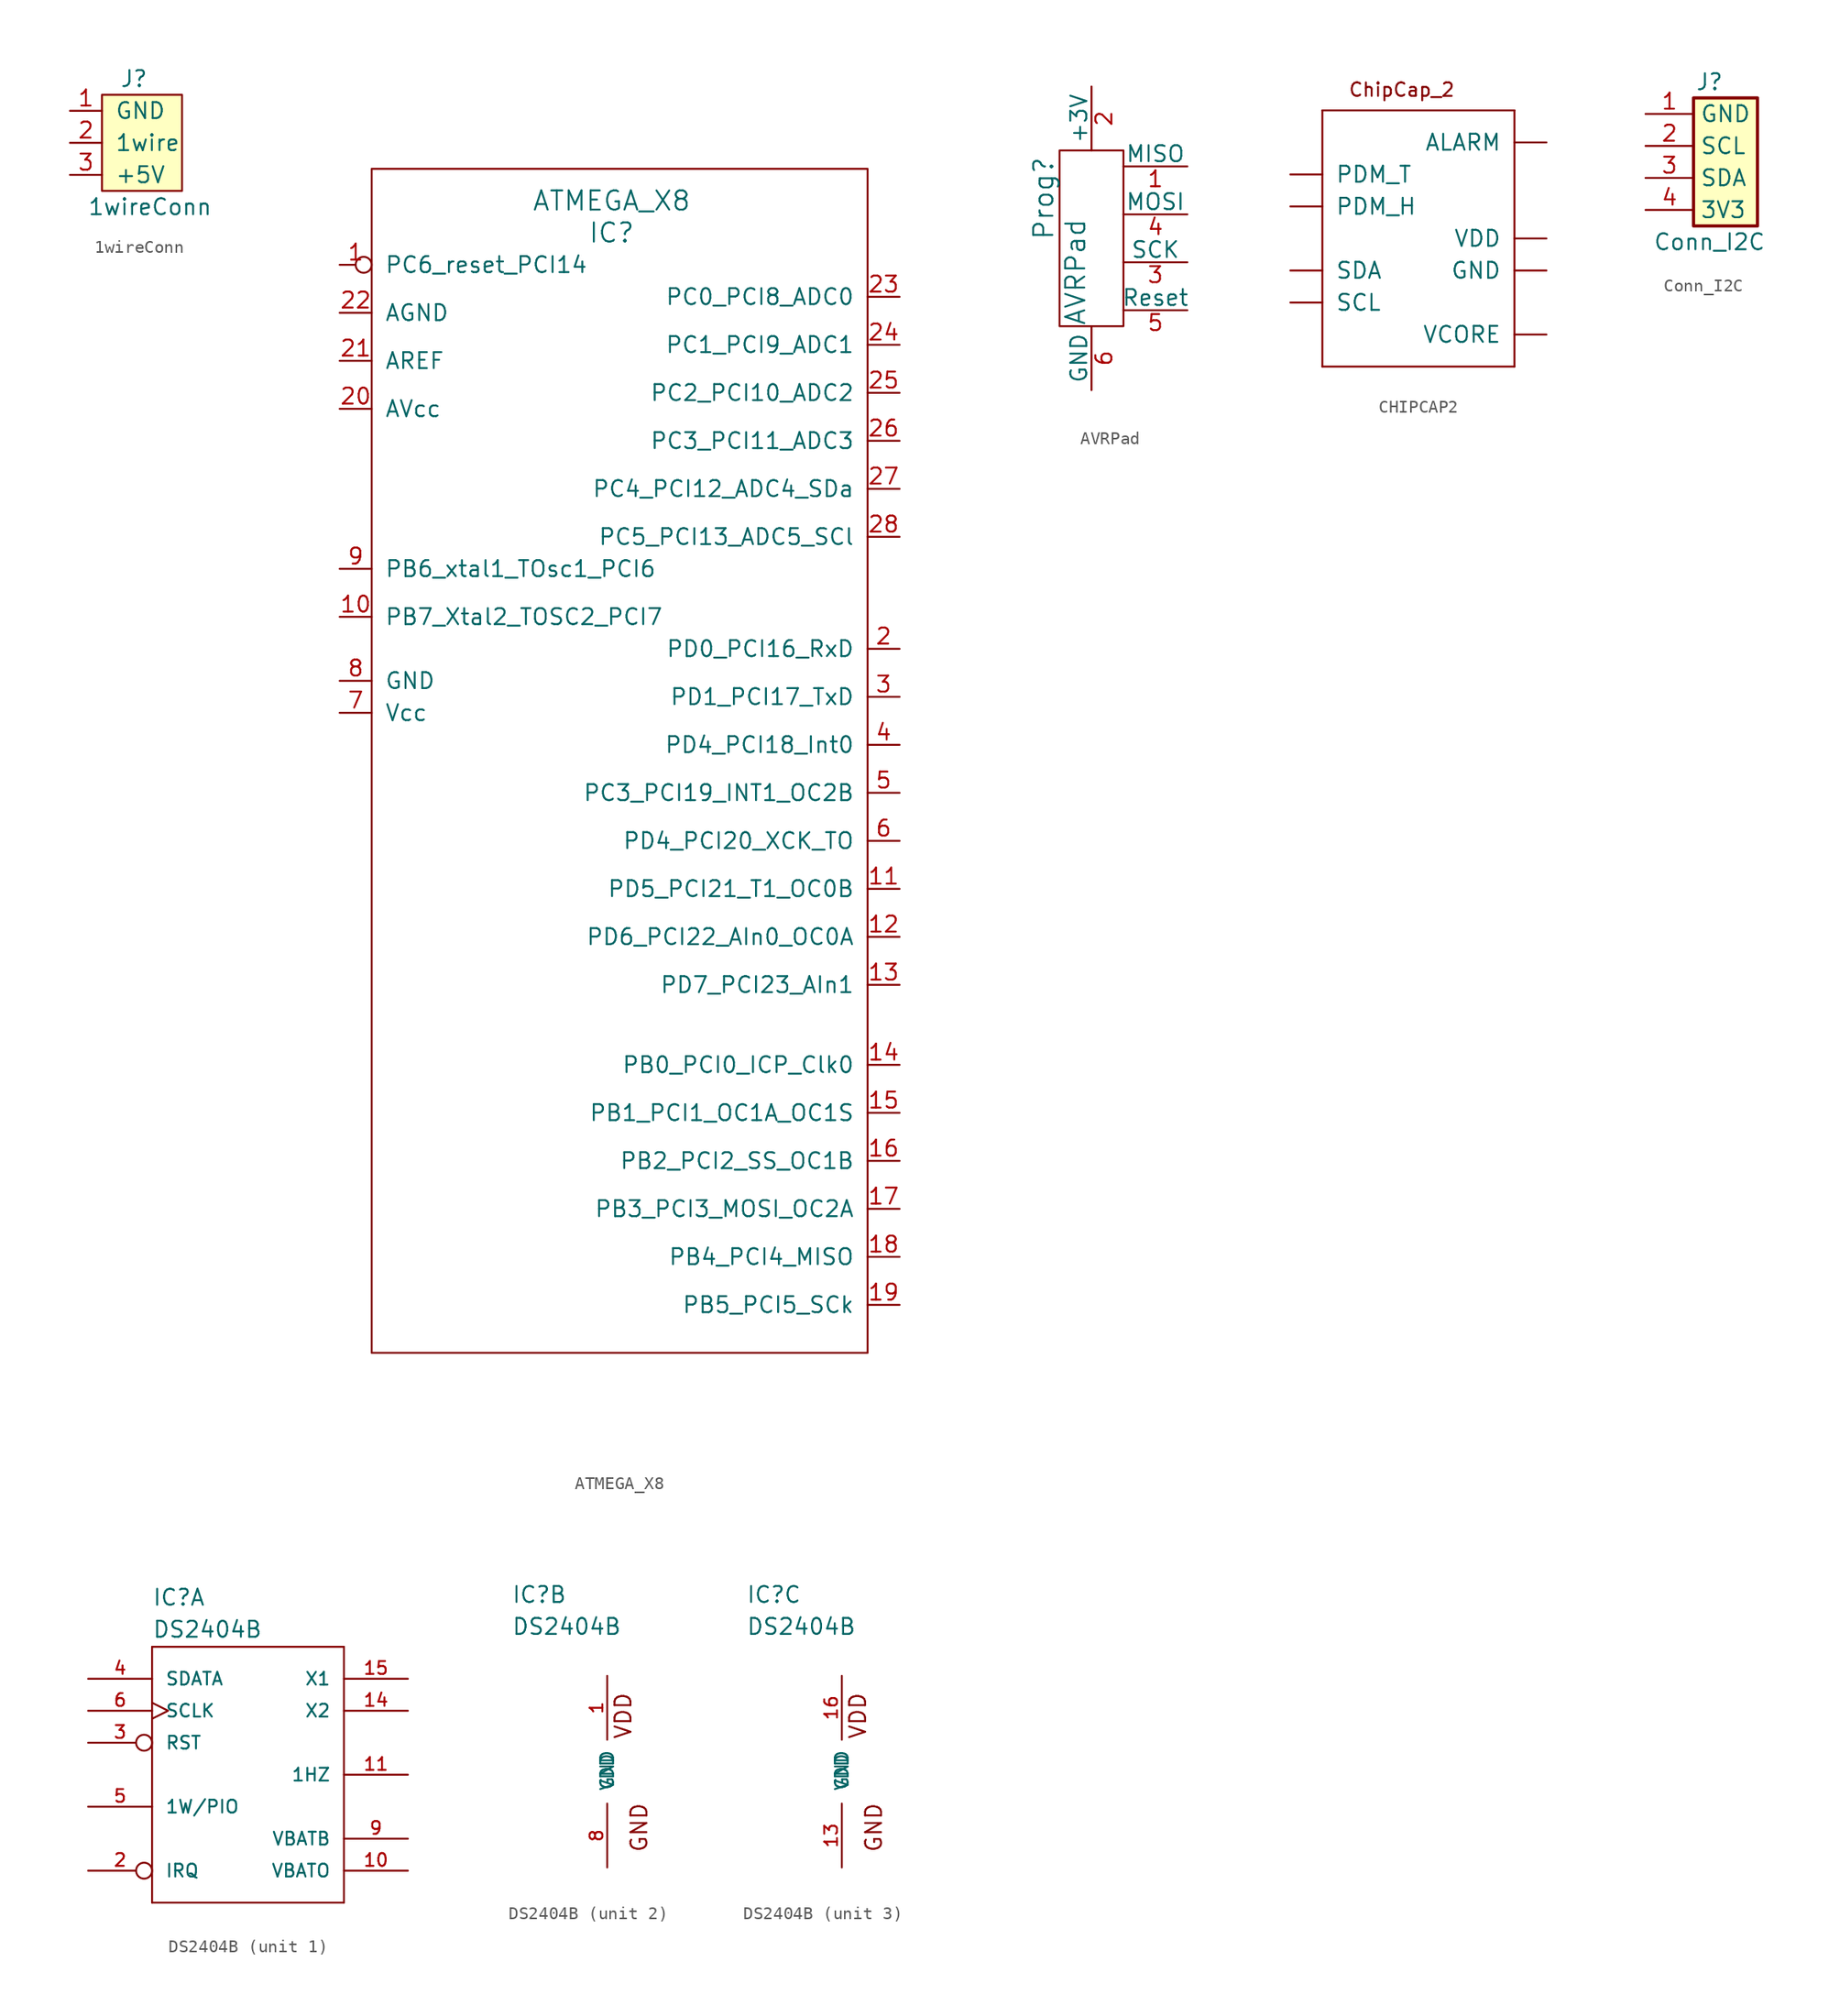
<source format=kicad_sym>
(kicad_symbol_lib
  (version 20220126)
  (generator kicad_symbol_editor)
  (symbol "1wireConn"
    (pin_names
      (offset 1.016))
    (property "Reference" "J"
      (at 5.08 2.54 0)
      (effects (font (size 1.27 1.27))))
    (property "Value" "1wireConn"
      (at 6.35 -7.62 0)
      (effects (font (size 1.27 1.27))))
    (symbol "1wireConn_0_1"
      (rectangle (start 8.89 1.27) (end 2.54 -6.35) (stroke (width 0) (type default)) (fill (type background))))
    (symbol "1wireConn_1_1"
      (pin power_in line (at 0 0 0) (length 2.54) (name "GND" (effects (font (size 1.27 1.27)))) (number "1" (effects (font (size 1.27 1.27)))))
      (pin bidirectional line (at 0 -2.54 0) (length 2.54) (name "1wire" (effects (font (size 1.27 1.27)))) (number "2" (effects (font (size 1.27 1.27)))))
      (pin power_in line (at 0 -5.08 0) (length 2.54) (name "+5V" (effects (font (size 1.27 1.27)))) (number "3" (effects (font (size 1.27 1.27)))))))
  (symbol "ATMEGA_X8"
    (pin_names
      (offset 1.016))
    (property "Reference" "IC"
      (at 0 0 0)
      (effects (font (size 1.524 1.524))))
    (property "Value" "ATMEGA_X8"
      (at 0 2.54 0)
      (effects (font (size 1.524 1.524))))
    (symbol "ATMEGA_X8_0_1"
      (rectangle (start 20.32 -88.9) (end -19.05 5.08) (stroke (width 0) (type default)) (fill (type none))))
    (symbol "ATMEGA_X8_1_1"
      (pin power_in inverted (at -21.59 -2.54 0) (length 2.54) (name "PC6_reset_PCI14" (effects (font (size 1.27 1.27)))) (number "1" (effects (font (size 1.27 1.27)))))
      (pin tri_state line (at -21.59 -30.48 0) (length 2.54) (name "PB7_Xtal2_TOSC2_PCI7" (effects (font (size 1.27 1.27)))) (number "10" (effects (font (size 1.27 1.27)))))
      (pin tri_state line (at 22.86 -52.07 180) (length 2.54) (name "PD5_PCI21_T1_OC0B" (effects (font (size 1.27 1.27)))) (number "11" (effects (font (size 1.27 1.27)))))
      (pin tri_state line (at 22.86 -55.88 180) (length 2.54) (name "PD6_PCI22_AIn0_OC0A" (effects (font (size 1.27 1.27)))) (number "12" (effects (font (size 1.27 1.27)))))
      (pin tri_state line (at 22.86 -59.69 180) (length 2.54) (name "PD7_PCI23_AIn1" (effects (font (size 1.27 1.27)))) (number "13" (effects (font (size 1.27 1.27)))))
      (pin tri_state line (at 22.86 -66.04 180) (length 2.54) (name "PB0_PCI0_ICP_Clk0" (effects (font (size 1.27 1.27)))) (number "14" (effects (font (size 1.27 1.27)))))
      (pin tri_state line (at 22.86 -69.85 180) (length 2.54) (name "PB1_PCI1_OC1A_OC1S" (effects (font (size 1.27 1.27)))) (number "15" (effects (font (size 1.27 1.27)))))
      (pin tri_state line (at 22.86 -73.66 180) (length 2.54) (name "PB2_PCI2_SS_OC1B" (effects (font (size 1.27 1.27)))) (number "16" (effects (font (size 1.27 1.27)))))
      (pin tri_state line (at 22.86 -77.47 180) (length 2.54) (name "PB3_PCI3_MOSI_OC2A" (effects (font (size 1.27 1.27)))) (number "17" (effects (font (size 1.27 1.27)))))
      (pin tri_state line (at 22.86 -81.28 180) (length 2.54) (name "PB4_PCI4_MISO" (effects (font (size 1.27 1.27)))) (number "18" (effects (font (size 1.27 1.27)))))
      (pin tri_state line (at 22.86 -85.09 180) (length 2.54) (name "PB5_PCI5_SCk" (effects (font (size 1.27 1.27)))) (number "19" (effects (font (size 1.27 1.27)))))
      (pin unspecified line (at 22.86 -33.02 180) (length 2.54) (name "PD0_PCI16_RxD" (effects (font (size 1.27 1.27)))) (number "2" (effects (font (size 1.27 1.27)))))
      (pin power_in line (at -21.59 -13.97 0) (length 2.54) (name "AVcc" (effects (font (size 1.27 1.27)))) (number "20" (effects (font (size 1.27 1.27)))))
      (pin unspecified line (at -21.59 -10.16 0) (length 2.54) (name "AREF" (effects (font (size 1.27 1.27)))) (number "21" (effects (font (size 1.27 1.27)))))
      (pin power_in line (at -21.59 -6.35 0) (length 2.54) (name "AGND" (effects (font (size 1.27 1.27)))) (number "22" (effects (font (size 1.27 1.27)))))
      (pin tri_state line (at 22.86 -5.08 180) (length 2.54) (name "PC0_PCI8_ADC0" (effects (font (size 1.27 1.27)))) (number "23" (effects (font (size 1.27 1.27)))))
      (pin tri_state line (at 22.86 -8.89 180) (length 2.54) (name "PC1_PCI9_ADC1" (effects (font (size 1.27 1.27)))) (number "24" (effects (font (size 1.27 1.27)))))
      (pin tri_state line (at 22.86 -12.7 180) (length 2.54) (name "PC2_PCI10_ADC2" (effects (font (size 1.27 1.27)))) (number "25" (effects (font (size 1.27 1.27)))))
      (pin tri_state line (at 22.86 -16.51 180) (length 2.54) (name "PC3_PCI11_ADC3" (effects (font (size 1.27 1.27)))) (number "26" (effects (font (size 1.27 1.27)))))
      (pin tri_state line (at 22.86 -20.32 180) (length 2.54) (name "PC4_PCI12_ADC4_SDa" (effects (font (size 1.27 1.27)))) (number "27" (effects (font (size 1.27 1.27)))))
      (pin tri_state line (at 22.86 -24.13 180) (length 2.54) (name "PC5_PCI13_ADC5_SCl" (effects (font (size 1.27 1.27)))) (number "28" (effects (font (size 1.27 1.27)))))
      (pin tri_state line (at 22.86 -36.83 180) (length 2.54) (name "PD1_PCI17_TxD" (effects (font (size 1.27 1.27)))) (number "3" (effects (font (size 1.27 1.27)))))
      (pin tri_state line (at 22.86 -40.64 180) (length 2.54) (name "PD4_PCI18_Int0" (effects (font (size 1.27 1.27)))) (number "4" (effects (font (size 1.27 1.27)))))
      (pin tri_state line (at 22.86 -44.45 180) (length 2.54) (name "PC3_PCI19_INT1_OC2B" (effects (font (size 1.27 1.27)))) (number "5" (effects (font (size 1.27 1.27)))))
      (pin tri_state line (at 22.86 -48.26 180) (length 2.54) (name "PD4_PCI20_XCK_TO" (effects (font (size 1.27 1.27)))) (number "6" (effects (font (size 1.27 1.27)))))
      (pin power_in line (at -21.59 -38.1 0) (length 2.54) (name "Vcc" (effects (font (size 1.27 1.27)))) (number "7" (effects (font (size 1.27 1.27)))))
      (pin power_in line (at -21.59 -35.56 0) (length 2.54) (name "GND" (effects (font (size 1.27 1.27)))) (number "8" (effects (font (size 1.27 1.27)))))
      (pin tri_state line (at -21.59 -26.67 0) (length 2.54) (name "PB6_xtal1_TOsc1_PCI6" (effects (font (size 1.27 1.27)))) (number "9" (effects (font (size 1.27 1.27)))))))
  (symbol "AVRPad"
    (pin_names
      (offset 0))
    (property "Reference" "Prog"
      (at -3.81 2.54 90)
      (effects (font (size 1.524 1.524))))
    (property "Value" "AVRPad"
      (at -1.27 -7.62 90)
      (effects (font (size 1.524 1.524)) (justify left)))
    (symbol "AVRPad_0_1"
      (rectangle (start -2.54 -7.62) (end 2.54 6.35) (stroke (width 0) (type default)) (fill (type none))))
    (symbol "AVRPad_1_1"
      (pin input line (at 7.62 5.08 180) (length 5.08) (name "MISO" (effects (font (size 1.27 1.27)))) (number "1" (effects (font (size 1.27 1.27)))))
      (pin power_out line (at 0 11.43 270) (length 5.08) (name "+3V" (effects (font (size 1.27 1.27)))) (number "2" (effects (font (size 1.27 1.27)))))
      (pin output line (at 7.62 -2.54 180) (length 5.08) (name "SCK" (effects (font (size 1.27 1.27)))) (number "3" (effects (font (size 1.27 1.27)))))
      (pin output line (at 7.62 1.27 180) (length 5.08) (name "MOSI" (effects (font (size 1.27 1.27)))) (number "4" (effects (font (size 1.27 1.27)))))
      (pin output line (at 7.62 -6.35 180) (length 5.08) (name "Reset" (effects (font (size 1.27 1.27)))) (number "5" (effects (font (size 1.27 1.27)))))
      (pin power_out line (at 0 -12.7 90) (length 5.08) (name "GND" (effects (font (size 1.27 1.27)))) (number "6" (effects (font (size 1.27 1.27)))))))
  (symbol "CHIPCAP2"
    (pin_names
      (offset 1.016))
    (property "Reference" ""
      (at 0 0 0)
      (effects (font (size 1.27 1.27)) hide))
    (property "ki_locked" ""
      (at 0 0 0)
      (effects (font (size 1.27 1.27))))
    (symbol "CHIPCAP2_1_0"
      (polyline (pts (xy -7.62 -10.16) (xy -7.62 10.16)) (stroke (width 0) (type default)) (fill (type none)))
      (polyline (pts (xy -7.62 10.16) (xy 7.62 10.16)) (stroke (width 0) (type default)) (fill (type none)))
      (polyline (pts (xy 7.62 -10.16) (xy -7.62 -10.16)) (stroke (width 0) (type default)) (fill (type none)))
      (polyline (pts (xy 7.62 10.16) (xy 7.62 -10.16)) (stroke (width 0) (type default)) (fill (type none)))
      (text "ChipCap_2" (at -5.588 11.176 0) (effects (font (size 1.067 1.067)) (justify left bottom)))
      (pin unspecified line (at -10.16 5.08 0) (length 2.54) (name "PDM_T" (effects (font (size 1.27 1.27)))) (number "P$1" (effects (font (size 0 0)))))
      (pin unspecified line (at -10.16 2.54 0) (length 2.54) (name "PDM_H" (effects (font (size 1.27 1.27)))) (number "P$2" (effects (font (size 0 0)))))
      (pin unspecified line (at -10.16 -2.54 0) (length 2.54) (name "SDA" (effects (font (size 1.27 1.27)))) (number "P$3" (effects (font (size 0 0)))))
      (pin unspecified line (at -10.16 -5.08 0) (length 2.54) (name "SCL" (effects (font (size 1.27 1.27)))) (number "P$4" (effects (font (size 0 0)))))
      (pin passive line (at 10.16 -7.62 180) (length 2.54) (name "VCORE" (effects (font (size 1.27 1.27)))) (number "P$5" (effects (font (size 0 0)))))
      (pin power_in line (at 10.16 -2.54 180) (length 2.54) (name "GND" (effects (font (size 1.27 1.27)))) (number "P$6" (effects (font (size 0 0)))))
      (pin power_in line (at 10.16 0 180) (length 2.54) (name "VDD" (effects (font (size 1.27 1.27)))) (number "P$7" (effects (font (size 0 0)))))
      (pin output line (at 10.16 7.62 180) (length 2.54) (name "ALARM" (effects (font (size 1.27 1.27)))) (number "P$8" (effects (font (size 0 0)))))))
  (symbol "Conn_I2C"
    (property "Reference" "J"
      (at 0 5.08 0)
      (effects (font (size 1.27 1.27))))
    (property "Value" "Conn_I2C"
      (at 0 -7.62 0)
      (effects (font (size 1.27 1.27))))
    (symbol "Conn_I2C_1_1"
      (rectangle (start -1.27 3.81) (end 3.81 -6.35) (stroke (width 0.254) (type default)) (fill (type background)))
      (pin power_in line (at -5.08 2.54 0) (length 3.81) (name "GND" (effects (font (size 1.27 1.27)))) (number "1" (effects (font (size 1.27 1.27)))))
      (pin open_collector line (at -5.08 0 0) (length 3.81) (name "SCL" (effects (font (size 1.27 1.27)))) (number "2" (effects (font (size 1.27 1.27)))))
      (pin open_collector line (at -5.08 -2.54 0) (length 3.81) (name "SDA" (effects (font (size 1.27 1.27)))) (number "3" (effects (font (size 1.27 1.27)))))
      (pin power_in line (at -5.08 -5.08 0) (length 3.81) (name "3V3" (effects (font (size 1.27 1.27)))) (number "4" (effects (font (size 1.27 1.27)))))))
  (symbol "DS2404B"
    (pin_names
      (offset 1.016))
    (property "Reference" "IC"
      (at -7.62 13.335 0)
      (effects (font (size 1.27 1.27)) (justify left bottom)))
    (property "Value" "DS2404B"
      (at -7.62 10.795 0)
      (effects (font (size 1.27 1.27)) (justify left bottom)))
    (property "ki_locked" ""
      (at 0 0 0)
      (effects (font (size 1.27 1.27))))
    (symbol "DS2404B_1_0"
      (polyline (pts (xy -7.62 -10.16) (xy -7.62 10.16)) (stroke (width 0) (type default)) (fill (type none)))
      (polyline (pts (xy -7.62 10.16) (xy 7.62 10.16)) (stroke (width 0) (type default)) (fill (type none)))
      (polyline (pts (xy 7.62 -10.16) (xy -7.62 -10.16)) (stroke (width 0) (type default)) (fill (type none)))
      (polyline (pts (xy 7.62 10.16) (xy 7.62 -10.16)) (stroke (width 0) (type default)) (fill (type none))))
    (symbol "DS2404B_1_1"
      (pin power_in line (at 12.7 -7.62 180) (length 5.08) (name "VBATO" (effects (font (size 1.016 1.016)))) (number "10" (effects (font (size 1.016 1.016)))))
      (pin output line (at 12.7 0 180) (length 5.08) (name "1HZ" (effects (font (size 1.016 1.016)))) (number "11" (effects (font (size 1.016 1.016)))))
      (pin passive line (at 12.7 5.08 180) (length 5.08) (name "X2" (effects (font (size 1.016 1.016)))) (number "14" (effects (font (size 1.016 1.016)))))
      (pin passive line (at 12.7 7.62 180) (length 5.08) (name "X1" (effects (font (size 1.016 1.016)))) (number "15" (effects (font (size 1.016 1.016)))))
      (pin output inverted (at -12.7 -7.62 0) (length 5.08) (name "IRQ" (effects (font (size 1.016 1.016)))) (number "2" (effects (font (size 1.016 1.016)))))
      (pin input inverted (at -12.7 2.54 0) (length 5.08) (name "RST" (effects (font (size 1.016 1.016)))) (number "3" (effects (font (size 1.016 1.016)))))
      (pin bidirectional line (at -12.7 7.62 0) (length 5.08) (name "SDATA" (effects (font (size 1.016 1.016)))) (number "4" (effects (font (size 1.016 1.016)))))
      (pin open_collector line (at -12.7 -2.54 0) (length 5.08) (name "1W/PIO" (effects (font (size 1.016 1.016)))) (number "5" (effects (font (size 1.016 1.016)))))
      (pin input clock (at -12.7 5.08 0) (length 5.08) (name "SCLK" (effects (font (size 1.016 1.016)))) (number "6" (effects (font (size 1.016 1.016)))))
      (pin power_in line (at 12.7 -5.08 180) (length 5.08) (name "VBATB" (effects (font (size 1.016 1.016)))) (number "9" (effects (font (size 1.016 1.016))))))
    (symbol "DS2404B_2_0"
      (text "GND" (at 2.54 -4.445 1) (effects (font (size 1.27 1.27))))
      (text "VDD" (at 1.27 4.445 1) (effects (font (size 1.27 1.27)))))
    (symbol "DS2404B_2_1"
      (pin power_in line (at 0 7.62 270) (length 5.08) (name "VDD" (effects (font (size 1.016 1.016)))) (number "1" (effects (font (size 1.016 1.016)))))
      (pin power_in line (at 0 -7.62 90) (length 5.08) (name "GND" (effects (font (size 1.016 1.016)))) (number "8" (effects (font (size 1.016 1.016))))))
    (symbol "DS2404B_3_0"
      (text "GND" (at 2.54 -4.445 1) (effects (font (size 1.27 1.27))))
      (text "VDD" (at 1.27 4.445 1) (effects (font (size 1.27 1.27)))))
    (symbol "DS2404B_3_1"
      (pin power_in line (at 0 -7.62 90) (length 5.08) (name "GND" (effects (font (size 1.016 1.016)))) (number "13" (effects (font (size 1.016 1.016)))))
      (pin power_in line (at 0 7.62 270) (length 5.08) (name "VDD" (effects (font (size 1.016 1.016)))) (number "16" (effects (font (size 1.016 1.016))))))))
</source>
